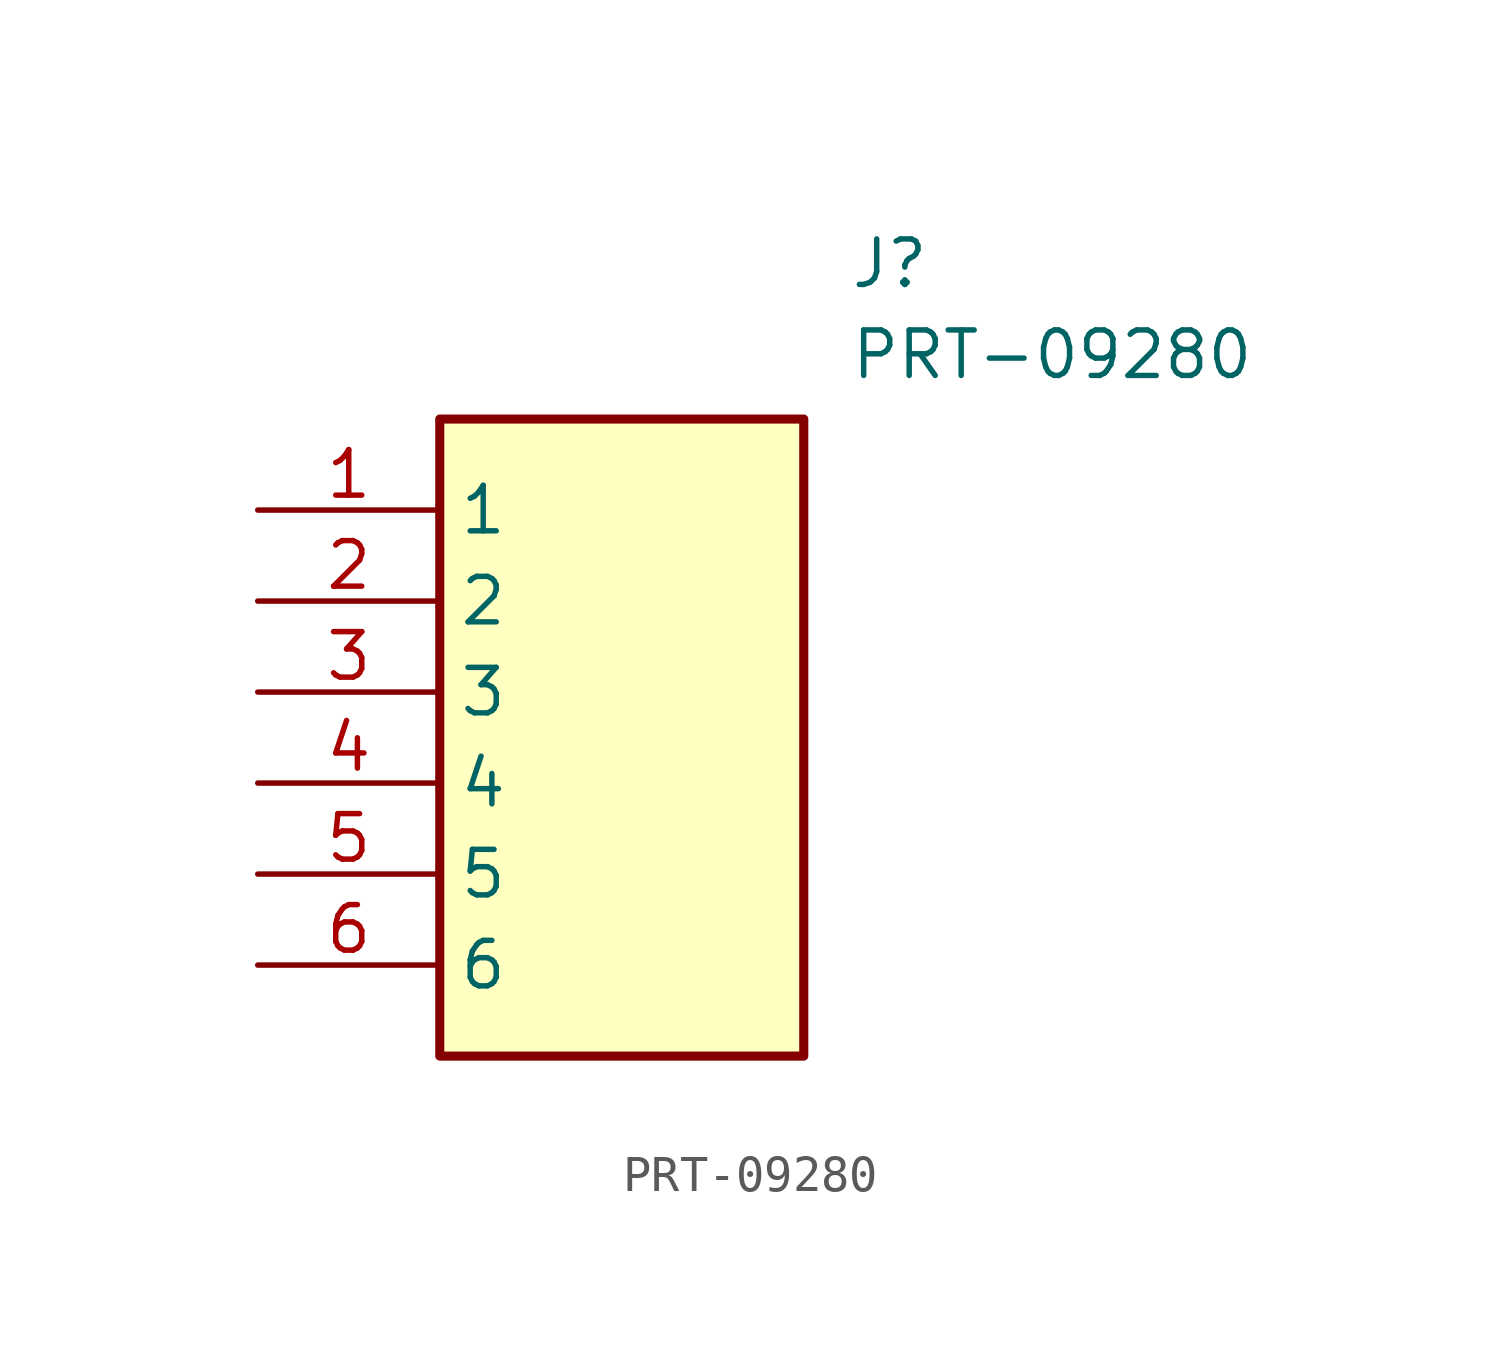
<source format=kicad_sym>
(kicad_symbol_lib
  (version 20211014)
  (generator SamacSys_ECAD_Model)
  (symbol "PRT-09280"
    (property "Reference" "J"
      (at 16.51 7.62 0)
      (effects (font (size 1.27 1.27)) (justify left top)))
    (property "Value" "PRT-09280"
      (at 16.51 5.08 0)
      (effects (font (size 1.27 1.27)) (justify left top)))
    (rectangle
      (start 5.08 2.54)
      (end 15.24 -15.24)
      (stroke (width 0.254) (type default))
      (fill (type background)))
    (pin passive line
      (at 0 0 0)
      (length 5.08)
      (name "1" (effects (font (size 1.27 1.27))))
      (number "1" (effects (font (size 1.27 1.27)))))
    (pin passive line
      (at 0 -2.54 0)
      (length 5.08)
      (name "2" (effects (font (size 1.27 1.27))))
      (number "2" (effects (font (size 1.27 1.27)))))
    (pin passive line
      (at 0 -5.08 0)
      (length 5.08)
      (name "3" (effects (font (size 1.27 1.27))))
      (number "3" (effects (font (size 1.27 1.27)))))
    (pin passive line
      (at 0 -7.62 0)
      (length 5.08)
      (name "4" (effects (font (size 1.27 1.27))))
      (number "4" (effects (font (size 1.27 1.27)))))
    (pin passive line
      (at 0 -10.16 0)
      (length 5.08)
      (name "5" (effects (font (size 1.27 1.27))))
      (number "5" (effects (font (size 1.27 1.27)))))
    (pin passive line
      (at 0 -12.7 0)
      (length 5.08)
      (name "6" (effects (font (size 1.27 1.27))))
      (number "6" (effects (font (size 1.27 1.27)))))))
</source>
